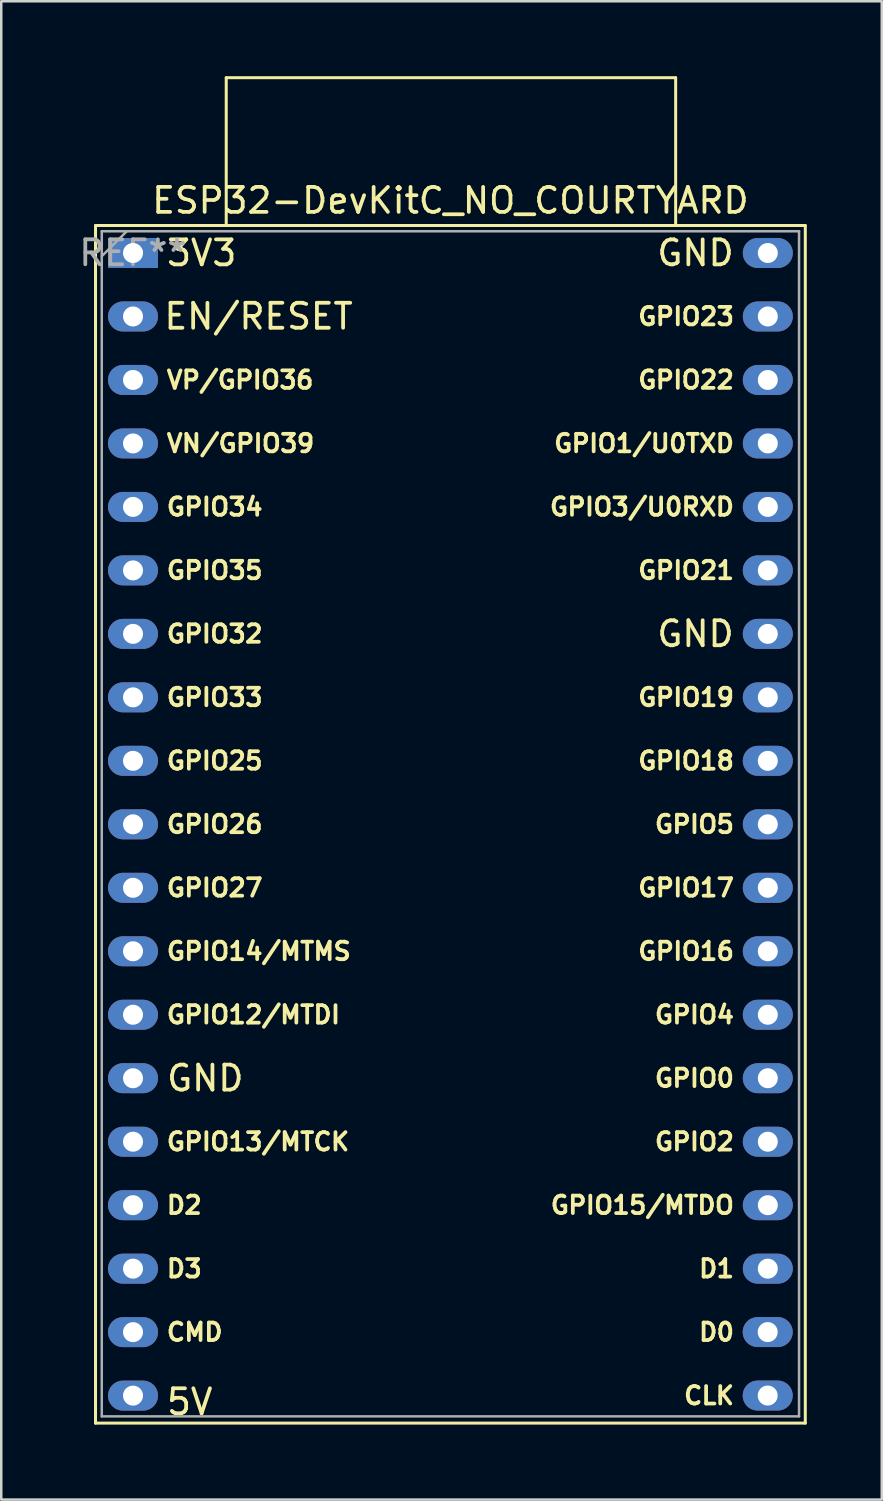
<source format=kicad_pcb>
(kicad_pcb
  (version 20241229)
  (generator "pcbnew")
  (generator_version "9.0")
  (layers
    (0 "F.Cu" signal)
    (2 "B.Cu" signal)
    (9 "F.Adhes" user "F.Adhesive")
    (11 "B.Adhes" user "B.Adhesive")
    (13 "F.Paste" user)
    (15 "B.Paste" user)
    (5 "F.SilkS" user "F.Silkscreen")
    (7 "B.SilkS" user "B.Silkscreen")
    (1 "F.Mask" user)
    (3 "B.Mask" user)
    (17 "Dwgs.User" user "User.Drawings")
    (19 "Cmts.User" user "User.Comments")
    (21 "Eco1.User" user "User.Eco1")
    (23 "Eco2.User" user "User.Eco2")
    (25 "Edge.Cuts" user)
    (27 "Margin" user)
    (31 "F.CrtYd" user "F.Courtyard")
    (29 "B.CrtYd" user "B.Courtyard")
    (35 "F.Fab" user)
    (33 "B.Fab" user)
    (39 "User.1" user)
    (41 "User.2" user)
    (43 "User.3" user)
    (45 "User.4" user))
  (footprint "ESP32-DevKitC_NO_COURTYARD"
    (layer "F.Cu")
    (at 2.272 7.073)
    (property "Reference" "ESP32-DevKitC_NO_COURTYARD" (at 12.7 -2.1 0) (layer "F.SilkS") (effects (font (size 1 1) (thickness 0.15))))
    (attr through_hole exclude_from_bom)
    (fp_line (start -1.5 46.82) (end 26.9 46.82) (stroke (width 0.12) (type solid)) (layer "F.SilkS"))
    (fp_line (start -1.5 -1.1) (end -1.5 46.82) (stroke (width 0.12) (type solid)) (layer "F.SilkS"))
    (fp_line (start 3.73 -7.013) (end 21.713 -7.013) (stroke (width 0.12) (type solid)) (layer "F.SilkS"))
    (fp_line (start 3.73 -1.12) (end 3.73 -7.013) (stroke (width 0.12) (type solid)) (layer "F.SilkS"))
    (fp_line (start 21.713 -7.013) (end 21.713 -1.12) (stroke (width 0.12) (type solid)) (layer "F.SilkS"))
    (fp_line (start 26.9 46.82) (end 26.9 -1.1) (stroke (width 0.12) (type solid)) (layer "F.SilkS"))
    (fp_line (start 26.9 -1.1) (end -1.5 -1.1) (stroke (width 0.12) (type solid)) (layer "F.SilkS"))
    (fp_line (start -1.25 -0.87) (end 26.65 -0.87) (stroke (width 0.1) (type solid)) (layer "F.Fab"))
    (fp_line (start -1.25 46.55) (end -1.25 -0.87) (stroke (width 0.1) (type solid)) (layer "F.Fab"))
    (fp_line (start -0.25 -0.87) (end -1.25 0.13) (stroke (width 0.1) (type solid)) (layer "F.Fab"))
    (fp_line (start 26.65 -0.87) (end 26.65 46.55) (stroke (width 0.1) (type solid)) (layer "F.Fab"))
    (fp_line (start 26.65 46.55) (end -1.25 46.55) (stroke (width 0.1) (type solid)) (layer "F.Fab"))
    (fp_text user "GPIO4" (at 24.13 30.48 0) (unlocked yes) (layer "F.SilkS") (effects (font (size 0.7 0.7) (thickness 0.15)) (justify right)))
    (fp_text user "5V" (at 1.266 45.971 0) (unlocked yes) (layer "F.SilkS") (effects (font (size 1 1) (thickness 0.15)) (justify left)))
    (fp_text user "GPIO27" (at 1.27 25.4 0) (unlocked yes) (layer "F.SilkS") (effects (font (size 0.7 0.7) (thickness 0.15)) (justify left)))
    (fp_text user "GPIO33" (at 1.27 17.78 0) (unlocked yes) (layer "F.SilkS") (effects (font (size 0.7 0.7) (thickness 0.15)) (justify left)))
    (fp_text user "GPIO0" (at 24.13 33.02 0) (unlocked yes) (layer "F.SilkS") (effects (font (size 0.7 0.7) (thickness 0.15)) (justify right)))
    (fp_text user "EN/RESET" (at 8.886 2.537 0) (unlocked yes) (layer "F.SilkS") (effects (font (size 1 1) (thickness 0.15)) (justify right)))
    (fp_text user "GPIO23" (at 24.13 2.54 0) (unlocked yes) (layer "F.SilkS") (effects (font (size 0.7 0.7) (thickness 0.15)) (justify right)))
    (fp_text user "CMD" (at 1.27 43.18 0) (unlocked yes) (layer "F.SilkS") (effects (font (size 0.7 0.7) (thickness 0.15)) (justify left)))
    (fp_text user "VP/GPIO36" (at 1.27 5.08 0) (unlocked yes) (layer "F.SilkS") (effects (font (size 0.7 0.7) (thickness 0.15)) (justify left)))
    (fp_text user "D3" (at 1.27 40.64 0) (unlocked yes) (layer "F.SilkS") (effects (font (size 0.7 0.7) (thickness 0.15)) (justify left)))
    (fp_text user "GPIO1/U0TXD" (at 24.13 7.62 0) (unlocked yes) (layer "F.SilkS") (effects (font (size 0.7 0.7) (thickness 0.15)) (justify right)))
    (fp_text user "GPIO22" (at 24.13 5.08 0) (unlocked yes) (layer "F.SilkS") (effects (font (size 0.7 0.7) (thickness 0.15)) (justify right)))
    (fp_text user "GND" (at 24.13 15.24 0) (unlocked yes) (layer "F.SilkS") (effects (font (size 1 1) (thickness 0.15)) (justify right)))
    (fp_text user "GPIO21" (at 24.13 12.7 0) (unlocked yes) (layer "F.SilkS") (effects (font (size 0.7 0.7) (thickness 0.15)) (justify right)))
    (fp_text user "GND" (at 1.27 33.02 0) (unlocked yes) (layer "F.SilkS") (effects (font (size 1 1) (thickness 0.15)) (justify left)))
    (fp_text user "GPIO12/MTDI" (at 1.27 30.48 0) (unlocked yes) (layer "F.SilkS") (effects (font (size 0.7 0.7) (thickness 0.15)) (justify left)))
    (fp_text user "D2" (at 1.27 38.1 0) (unlocked yes) (layer "F.SilkS") (effects (font (size 0.7 0.7) (thickness 0.15)) (justify left)))
    (fp_text user "GPIO25" (at 1.27 20.32 0) (unlocked yes) (layer "F.SilkS") (effects (font (size 0.7 0.7) (thickness 0.15)) (justify left)))
    (fp_text user "GPIO32" (at 1.27 15.24 0) (unlocked yes) (layer "F.SilkS") (effects (font (size 0.7 0.7) (thickness 0.15)) (justify left)))
    (fp_text user "GPIO5" (at 24.13 22.86 0) (unlocked yes) (layer "F.SilkS") (effects (font (size 0.7 0.7) (thickness 0.15)) (justify right)))
    (fp_text user "CLK" (at 24.13 45.72 0) (unlocked yes) (layer "F.SilkS") (effects (font (size 0.7 0.7) (thickness 0.15)) (justify right)))
    (fp_text user "GPIO14/MTMS" (at 1.27 27.94 0) (unlocked yes) (layer "F.SilkS") (effects (font (size 0.7 0.7) (thickness 0.15)) (justify left)))
    (fp_text user "GPIO16" (at 24.13 27.94 0) (unlocked yes) (layer "F.SilkS") (effects (font (size 0.7 0.7) (thickness 0.15)) (justify right)))
    (fp_text user "GPIO3/U0RXD" (at 24.13 10.16 0) (unlocked yes) (layer "F.SilkS") (effects (font (size 0.7 0.7) (thickness 0.15)) (justify right)))
    (fp_text user "D0" (at 24.13 43.18 0) (unlocked yes) (layer "F.SilkS") (effects (font (size 0.7 0.7) (thickness 0.15)) (justify right)))
    (fp_text user "GPIO35" (at 1.27 12.7 0) (unlocked yes) (layer "F.SilkS") (effects (font (size 0.7 0.7) (thickness 0.15)) (justify left)))
    (fp_text user "VN/GPIO39" (at 1.27 7.62 0) (unlocked yes) (layer "F.SilkS") (effects (font (size 0.7 0.7) (thickness 0.15)) (justify left)))
    (fp_text user "GND" (at 24.13 0 0) (unlocked yes) (layer "F.SilkS") (effects (font (size 1 1) (thickness 0.15)) (justify right)))
    (fp_text user "D1" (at 24.13 40.64 0) (unlocked yes) (layer "F.SilkS") (effects (font (size 0.7 0.7) (thickness 0.15)) (justify right)))
    (fp_text user "GPIO2" (at 24.13 35.56 0) (unlocked yes) (layer "F.SilkS") (effects (font (size 0.7 0.7) (thickness 0.15)) (justify right)))
    (fp_text user "GPIO26" (at 1.27 22.86 0) (unlocked yes) (layer "F.SilkS") (effects (font (size 0.7 0.7) (thickness 0.15)) (justify left)))
    (fp_text user "3V3" (at 1.27 0 0) (unlocked yes) (layer "F.SilkS") (effects (font (size 1 1) (thickness 0.15)) (justify left)))
    (fp_text user "GPIO18" (at 24.13 20.32 0) (unlocked yes) (layer "F.SilkS") (effects (font (size 0.7 0.7) (thickness 0.15)) (justify right)))
    (fp_text user "GPIO15/MTDO" (at 24.13 38.1 0) (unlocked yes) (layer "F.SilkS") (effects (font (size 0.7 0.7) (thickness 0.15)) (justify right)))
    (fp_text user "GPIO34" (at 1.27 10.16 0) (unlocked yes) (layer "F.SilkS") (effects (font (size 0.7 0.7) (thickness 0.15)) (justify left)))
    (fp_text user "GPIO13/MTCK" (at 1.27 35.56 0) (unlocked yes) (layer "F.SilkS") (effects (font (size 0.7 0.7) (thickness 0.15)) (justify left)))
    (fp_text user "GPIO17" (at 24.13 25.4 0) (unlocked yes) (layer "F.SilkS") (effects (font (size 0.7 0.7) (thickness 0.15)) (justify right)))
    (fp_text user "GPIO19" (at 24.13 17.78 0) (unlocked yes) (layer "F.SilkS") (effects (font (size 0.7 0.7) (thickness 0.15)) (justify right)))
    (fp_text user "REF**" (at -0.004 -0.003 0) (layer "F.Fab") (effects (font (size 1 1) (thickness 0.15))))
    (pad "1" thru_hole rect (at 0 0 270) (size 1.2 2) (drill 0.8) (layers "*.Cu" "*.Mask"))
    (pad "2" thru_hole oval (at 0 2.54 270) (size 1.2 2) (drill 0.8) (layers "*.Cu" "*.Mask"))
    (pad "3" thru_hole oval (at 0 5.08 270) (size 1.2 2) (drill 0.8) (layers "*.Cu" "*.Mask"))
    (pad "4" thru_hole oval (at 0 7.62 270) (size 1.2 2) (drill 0.8) (layers "*.Cu" "*.Mask"))
    (pad "5" thru_hole oval (at 0 10.16 270) (size 1.2 2) (drill 0.8) (layers "*.Cu" "*.Mask"))
    (pad "6" thru_hole oval (at 0 12.7 270) (size 1.2 2) (drill 0.8) (layers "*.Cu" "*.Mask"))
    (pad "7" thru_hole oval (at 0 15.24 270) (size 1.2 2) (drill 0.8) (layers "*.Cu" "*.Mask"))
    (pad "8" thru_hole oval (at 0 17.78 270) (size 1.2 2) (drill 0.8) (layers "*.Cu" "*.Mask"))
    (pad "9" thru_hole oval (at 0 20.32 270) (size 1.2 2) (drill 0.8) (layers "*.Cu" "*.Mask"))
    (pad "10" thru_hole oval (at 0 22.86 270) (size 1.2 2) (drill 0.8) (layers "*.Cu" "*.Mask"))
    (pad "11" thru_hole oval (at 0 25.4 270) (size 1.2 2) (drill 0.8) (layers "*.Cu" "*.Mask"))
    (pad "12" thru_hole oval (at 0 27.94 270) (size 1.2 2) (drill 0.8) (layers "*.Cu" "*.Mask"))
    (pad "13" thru_hole oval (at 0 30.48 270) (size 1.2 2) (drill 0.8) (layers "*.Cu" "*.Mask"))
    (pad "14" thru_hole oval (at 0 33.02 270) (size 1.2 2) (drill 0.8) (layers "*.Cu" "*.Mask"))
    (pad "15" thru_hole oval (at 0 35.56 270) (size 1.2 2) (drill 0.8) (layers "*.Cu" "*.Mask"))
    (pad "16" thru_hole oval (at 0 38.1 270) (size 1.2 2) (drill 0.8) (layers "*.Cu" "*.Mask"))
    (pad "17" thru_hole oval (at 0 40.64 270) (size 1.2 2) (drill 0.8) (layers "*.Cu" "*.Mask"))
    (pad "18" thru_hole oval (at 0 43.18 270) (size 1.2 2) (drill 0.8) (layers "*.Cu" "*.Mask"))
    (pad "19" thru_hole oval (at 0 45.72 270) (size 1.2 2) (drill 0.8) (layers "*.Cu" "*.Mask"))
    (pad "20" thru_hole oval (at 25.396 45.717 270) (size 1.2 2) (drill 0.8) (layers "*.Cu" "*.Mask"))
    (pad "21" thru_hole oval (at 25.396 43.177 270) (size 1.2 2) (drill 0.8) (layers "*.Cu" "*.Mask"))
    (pad "22" thru_hole oval (at 25.4 40.64 270) (size 1.2 2) (drill 0.8) (layers "*.Cu" "*.Mask"))
    (pad "23" thru_hole oval (at 25.4 38.1 270) (size 1.2 2) (drill 0.8) (layers "*.Cu" "*.Mask"))
    (pad "24" thru_hole oval (at 25.4 35.56 270) (size 1.2 2) (drill 0.8) (layers "*.Cu" "*.Mask"))
    (pad "25" thru_hole oval (at 25.4 33.02 270) (size 1.2 2) (drill 0.8) (layers "*.Cu" "*.Mask"))
    (pad "26" thru_hole oval (at 25.4 30.48 270) (size 1.2 2) (drill 0.8) (layers "*.Cu" "*.Mask"))
    (pad "27" thru_hole oval (at 25.4 27.94 270) (size 1.2 2) (drill 0.8) (layers "*.Cu" "*.Mask"))
    (pad "28" thru_hole oval (at 25.4 25.4 270) (size 1.2 2) (drill 0.8) (layers "*.Cu" "*.Mask"))
    (pad "29" thru_hole oval (at 25.4 22.86 270) (size 1.2 2) (drill 0.8) (layers "*.Cu" "*.Mask"))
    (pad "30" thru_hole oval (at 25.4 20.32 270) (size 1.2 2) (drill 0.8) (layers "*.Cu" "*.Mask"))
    (pad "31" thru_hole oval (at 25.4 17.78 270) (size 1.2 2) (drill 0.8) (layers "*.Cu" "*.Mask"))
    (pad "32" thru_hole oval (at 25.4 15.24 270) (size 1.2 2) (drill 0.8) (layers "*.Cu" "*.Mask"))
    (pad "33" thru_hole oval (at 25.4 12.7 270) (size 1.2 2) (drill 0.8) (layers "*.Cu" "*.Mask"))
    (pad "34" thru_hole oval (at 25.4 10.16 270) (size 1.2 2) (drill 0.8) (layers "*.Cu" "*.Mask"))
    (pad "35" thru_hole oval (at 25.4 7.62 270) (size 1.2 2) (drill 0.8) (layers "*.Cu" "*.Mask"))
    (pad "36" thru_hole oval (at 25.4 5.08 270) (size 1.2 2) (drill 0.8) (layers "*.Cu" "*.Mask"))
    (pad "37" thru_hole oval (at 25.4 2.54 270) (size 1.2 2) (drill 0.8) (layers "*.Cu" "*.Mask"))
    (pad "38" thru_hole oval (at 25.4 0 270) (size 1.2 2) (drill 0.8) (layers "*.Cu" "*.Mask")))
  (gr_rect
    (start -3 -3)
    (end 32.232 56.953)
    (stroke (width 0.1) (type default))
    (fill no)
    (layer "Edge.Cuts")))
</source>
